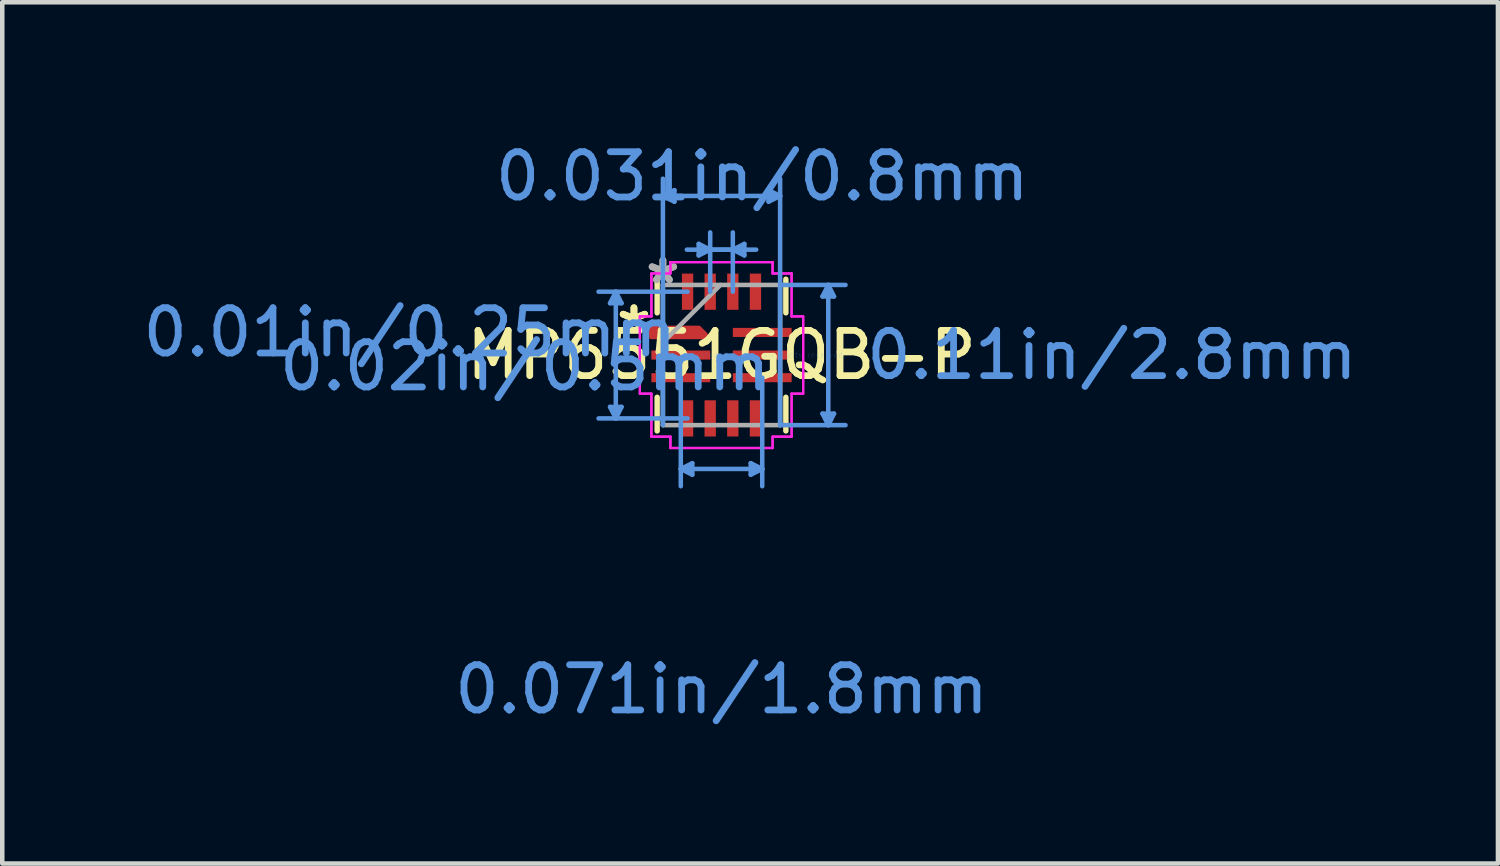
<source format=kicad_pcb>
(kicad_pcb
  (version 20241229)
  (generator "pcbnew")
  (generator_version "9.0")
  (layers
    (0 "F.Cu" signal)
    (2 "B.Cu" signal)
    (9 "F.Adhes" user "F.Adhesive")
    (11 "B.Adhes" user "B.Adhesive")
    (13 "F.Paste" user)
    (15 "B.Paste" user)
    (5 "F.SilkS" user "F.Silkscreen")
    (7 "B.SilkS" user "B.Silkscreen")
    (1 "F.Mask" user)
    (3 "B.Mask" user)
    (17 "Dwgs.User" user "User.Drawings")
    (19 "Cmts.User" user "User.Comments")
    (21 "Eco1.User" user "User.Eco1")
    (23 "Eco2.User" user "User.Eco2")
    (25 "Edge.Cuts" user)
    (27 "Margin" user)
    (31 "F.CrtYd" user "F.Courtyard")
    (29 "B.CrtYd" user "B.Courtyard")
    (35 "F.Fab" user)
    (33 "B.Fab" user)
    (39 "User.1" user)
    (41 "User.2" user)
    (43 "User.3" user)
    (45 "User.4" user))
  (footprint "MP6551GQB-P"
    (layer "F.Cu")
    (at 12.894 4.796)
    (property "Reference" "MP6551GQB-P" (at 0 0 0) (layer "F.SilkS") (effects (font (size 1 1) (thickness 0.15))))
    (attr through_hole)
    (fp_poly (pts (xy -1.55 -0.6) (xy -1.55 -0.4) (xy -0.35 -0.4) (xy -0.35 -0.45) (xy -0.5 -0.6)) (stroke (width 0.1) (type solid)) (fill yes) (layer "F.Cu"))
    (fp_poly (pts (xy -1.55 -0.6) (xy -1.55 -0.4) (xy -0.35 -0.4) (xy -0.35 -0.45) (xy -0.5 -0.6)) (stroke (width 0.1) (type solid)) (fill yes) (layer "F.Mask"))
    (fp_line (start -1.422 -0.933) (end -1.422 -1.676) (stroke (width 0.12) (type solid)) (layer "F.SilkS"))
    (fp_line (start -1.422 1.676) (end -1.422 0.933) (stroke (width 0.12) (type solid)) (layer "F.SilkS"))
    (fp_line (start 1.422 -1.676) (end 1.422 -0.933) (stroke (width 0.12) (type solid)) (layer "F.SilkS"))
    (fp_line (start 1.422 0.933) (end 1.422 1.676) (stroke (width 0.12) (type solid)) (layer "F.SilkS"))
    (fp_poly (pts (xy -1.55 -0.6) (xy -1.55 -0.4) (xy -0.35 -0.4) (xy -0.35 -0.45) (xy -0.5 -0.6)) (stroke (width 0.1) (type solid)) (fill yes) (layer "F.Paste"))
    (fp_line (start -2.463 -1.146) (end -2.336 -1.4) (stroke (width 0.1) (type solid)) (layer "Cmts.User"))
    (fp_line (start -2.463 -1.146) (end -2.209 -1.146) (stroke (width 0.1) (type solid)) (layer "Cmts.User"))
    (fp_line (start -2.463 1.146) (end -2.336 1.4) (stroke (width 0.1) (type solid)) (layer "Cmts.User"))
    (fp_line (start -2.336 -1.4) (end -2.336 1.4) (stroke (width 0.1) (type solid)) (layer "Cmts.User"))
    (fp_line (start -2.209 1.146) (end -2.463 1.146) (stroke (width 0.1) (type solid)) (layer "Cmts.User"))
    (fp_line (start -2.209 1.146) (end -2.336 1.4) (stroke (width 0.1) (type solid)) (layer "Cmts.User"))
    (fp_line (start -2.209 -1.146) (end -2.336 -1.4) (stroke (width 0.1) (type solid)) (layer "Cmts.User"))
    (fp_line (start -1.295 1.549) (end -1.295 -3.897) (stroke (width 0.1) (type solid)) (layer "Cmts.User"))
    (fp_line (start -1.041 -3.643) (end -1.295 -3.516) (stroke (width 0.1) (type solid)) (layer "Cmts.User"))
    (fp_line (start -1.041 -3.389) (end -1.295 -3.516) (stroke (width 0.1) (type solid)) (layer "Cmts.User"))
    (fp_line (start -1.041 -3.389) (end -1.041 -3.643) (stroke (width 0.1) (type solid)) (layer "Cmts.User"))
    (fp_line (start -0.9 2.517) (end 0.9 2.517) (stroke (width 0.1) (type solid)) (layer "Cmts.User"))
    (fp_line (start -0.9 0.5) (end -0.9 2.898) (stroke (width 0.1) (type solid)) (layer "Cmts.User"))
    (fp_line (start -0.766 -2.329) (end 0.25 -2.329) (stroke (width 0.1) (type solid)) (layer "Cmts.User"))
    (fp_line (start -0.75 -1.4) (end -2.717 -1.4) (stroke (width 0.1) (type solid)) (layer "Cmts.User"))
    (fp_line (start -0.75 1.4) (end -2.717 1.4) (stroke (width 0.1) (type solid)) (layer "Cmts.User"))
    (fp_line (start -0.646 2.644) (end -0.9 2.517) (stroke (width 0.1) (type solid)) (layer "Cmts.User"))
    (fp_line (start -0.646 2.644) (end -0.646 2.39) (stroke (width 0.1) (type solid)) (layer "Cmts.User"))
    (fp_line (start -0.646 2.39) (end -0.9 2.517) (stroke (width 0.1) (type solid)) (layer "Cmts.User"))
    (fp_line (start -0.504 -2.456) (end -0.504 -2.202) (stroke (width 0.1) (type solid)) (layer "Cmts.User"))
    (fp_line (start -0.504 -2.456) (end -0.25 -2.329) (stroke (width 0.1) (type solid)) (layer "Cmts.User"))
    (fp_line (start -0.504 -2.202) (end -0.25 -2.329) (stroke (width 0.1) (type solid)) (layer "Cmts.User"))
    (fp_line (start -0.25 -1.4) (end -0.25 -2.71) (stroke (width 0.1) (type solid)) (layer "Cmts.User"))
    (fp_line (start 0.25 -1.4) (end 0.25 -2.71) (stroke (width 0.1) (type solid)) (layer "Cmts.User"))
    (fp_line (start 0.504 -2.456) (end 0.25 -2.329) (stroke (width 0.1) (type solid)) (layer "Cmts.User"))
    (fp_line (start 0.504 -2.202) (end 0.25 -2.329) (stroke (width 0.1) (type solid)) (layer "Cmts.User"))
    (fp_line (start 0.504 -2.202) (end 0.504 -2.456) (stroke (width 0.1) (type solid)) (layer "Cmts.User"))
    (fp_line (start 0.646 2.644) (end 0.9 2.517) (stroke (width 0.1) (type solid)) (layer "Cmts.User"))
    (fp_line (start 0.646 2.39) (end 0.646 2.644) (stroke (width 0.1) (type solid)) (layer "Cmts.User"))
    (fp_line (start 0.646 2.39) (end 0.9 2.517) (stroke (width 0.1) (type solid)) (layer "Cmts.User"))
    (fp_line (start 0.766 -2.329) (end -0.25 -2.329) (stroke (width 0.1) (type solid)) (layer "Cmts.User"))
    (fp_line (start 0.9 0.5) (end 0.9 2.898) (stroke (width 0.1) (type solid)) (layer "Cmts.User"))
    (fp_line (start 1.041 -3.643) (end 1.041 -3.389) (stroke (width 0.1) (type solid)) (layer "Cmts.User"))
    (fp_line (start 1.041 -3.643) (end 1.295 -3.516) (stroke (width 0.1) (type solid)) (layer "Cmts.User"))
    (fp_line (start 1.041 -3.389) (end 1.295 -3.516) (stroke (width 0.1) (type solid)) (layer "Cmts.User"))
    (fp_line (start 1.295 -3.516) (end -1.295 -3.516) (stroke (width 0.1) (type solid)) (layer "Cmts.User"))
    (fp_line (start 1.295 -1.549) (end 2.74 -1.549) (stroke (width 0.1) (type solid)) (layer "Cmts.User"))
    (fp_line (start 1.295 1.549) (end 2.74 1.549) (stroke (width 0.1) (type solid)) (layer "Cmts.User"))
    (fp_line (start 1.295 1.549) (end 1.295 -3.897) (stroke (width 0.1) (type solid)) (layer "Cmts.User"))
    (fp_line (start 2.232 1.295) (end 2.359 1.549) (stroke (width 0.1) (type solid)) (layer "Cmts.User"))
    (fp_line (start 2.232 -1.295) (end 2.359 -1.549) (stroke (width 0.1) (type solid)) (layer "Cmts.User"))
    (fp_line (start 2.232 -1.295) (end 2.486 -1.295) (stroke (width 0.1) (type solid)) (layer "Cmts.User"))
    (fp_line (start 2.359 -1.549) (end 2.359 1.549) (stroke (width 0.1) (type solid)) (layer "Cmts.User"))
    (fp_line (start 2.486 1.295) (end 2.232 1.295) (stroke (width 0.1) (type solid)) (layer "Cmts.User"))
    (fp_line (start 2.486 1.295) (end 2.359 1.549) (stroke (width 0.1) (type solid)) (layer "Cmts.User"))
    (fp_line (start 2.486 -1.295) (end 2.359 -1.549) (stroke (width 0.1) (type solid)) (layer "Cmts.User"))
    (fp_line (start -1.804 -0.854) (end -1.804 0.854) (stroke (width 0.05) (type solid)) (layer "F.CrtYd"))
    (fp_line (start -1.804 -0.854) (end -1.804 0.854) (stroke (width 0.05) (type solid)) (layer "F.CrtYd"))
    (fp_line (start -1.804 0.854) (end -1.549 0.854) (stroke (width 0.05) (type solid)) (layer "F.CrtYd"))
    (fp_line (start -1.804 0.854) (end -1.549 0.854) (stroke (width 0.05) (type solid)) (layer "F.CrtYd"))
    (fp_line (start -1.549 -1.803) (end -1.549 -0.854) (stroke (width 0.05) (type solid)) (layer "F.CrtYd"))
    (fp_line (start -1.549 -1.803) (end -1.549 -0.854) (stroke (width 0.05) (type solid)) (layer "F.CrtYd"))
    (fp_line (start -1.549 -0.854) (end -1.804 -0.854) (stroke (width 0.05) (type solid)) (layer "F.CrtYd"))
    (fp_line (start -1.549 -0.854) (end -1.804 -0.854) (stroke (width 0.05) (type solid)) (layer "F.CrtYd"))
    (fp_line (start -1.549 0.854) (end -1.549 1.803) (stroke (width 0.05) (type solid)) (layer "F.CrtYd"))
    (fp_line (start -1.549 0.854) (end -1.549 1.803) (stroke (width 0.05) (type solid)) (layer "F.CrtYd"))
    (fp_line (start -1.549 1.803) (end -1.129 1.803) (stroke (width 0.05) (type solid)) (layer "F.CrtYd"))
    (fp_line (start -1.549 1.803) (end -1.129 1.803) (stroke (width 0.05) (type solid)) (layer "F.CrtYd"))
    (fp_line (start -1.129 -2.054) (end -1.129 -1.803) (stroke (width 0.05) (type solid)) (layer "F.CrtYd"))
    (fp_line (start -1.129 -2.054) (end -1.129 -1.803) (stroke (width 0.05) (type solid)) (layer "F.CrtYd"))
    (fp_line (start -1.129 -1.803) (end -1.549 -1.803) (stroke (width 0.05) (type solid)) (layer "F.CrtYd"))
    (fp_line (start -1.129 -1.803) (end -1.549 -1.803) (stroke (width 0.05) (type solid)) (layer "F.CrtYd"))
    (fp_line (start -1.129 1.803) (end -1.129 2.054) (stroke (width 0.05) (type solid)) (layer "F.CrtYd"))
    (fp_line (start -1.129 1.803) (end -1.129 2.054) (stroke (width 0.05) (type solid)) (layer "F.CrtYd"))
    (fp_line (start -1.129 2.054) (end 1.129 2.054) (stroke (width 0.05) (type solid)) (layer "F.CrtYd"))
    (fp_line (start -1.129 2.054) (end 1.129 2.054) (stroke (width 0.05) (type solid)) (layer "F.CrtYd"))
    (fp_line (start 1.129 -2.054) (end -1.129 -2.054) (stroke (width 0.05) (type solid)) (layer "F.CrtYd"))
    (fp_line (start 1.129 -2.054) (end -1.129 -2.054) (stroke (width 0.05) (type solid)) (layer "F.CrtYd"))
    (fp_line (start 1.129 -1.803) (end 1.129 -2.054) (stroke (width 0.05) (type solid)) (layer "F.CrtYd"))
    (fp_line (start 1.129 -1.803) (end 1.129 -2.054) (stroke (width 0.05) (type solid)) (layer "F.CrtYd"))
    (fp_line (start 1.129 1.803) (end 1.549 1.803) (stroke (width 0.05) (type solid)) (layer "F.CrtYd"))
    (fp_line (start 1.129 1.803) (end 1.549 1.803) (stroke (width 0.05) (type solid)) (layer "F.CrtYd"))
    (fp_line (start 1.129 2.054) (end 1.129 1.803) (stroke (width 0.05) (type solid)) (layer "F.CrtYd"))
    (fp_line (start 1.129 2.054) (end 1.129 1.803) (stroke (width 0.05) (type solid)) (layer "F.CrtYd"))
    (fp_line (start 1.549 -1.803) (end 1.129 -1.803) (stroke (width 0.05) (type solid)) (layer "F.CrtYd"))
    (fp_line (start 1.549 -1.803) (end 1.129 -1.803) (stroke (width 0.05) (type solid)) (layer "F.CrtYd"))
    (fp_line (start 1.549 -0.854) (end 1.549 -1.803) (stroke (width 0.05) (type solid)) (layer "F.CrtYd"))
    (fp_line (start 1.549 -0.854) (end 1.549 -1.803) (stroke (width 0.05) (type solid)) (layer "F.CrtYd"))
    (fp_line (start 1.549 0.854) (end 1.804 0.854) (stroke (width 0.05) (type solid)) (layer "F.CrtYd"))
    (fp_line (start 1.549 0.854) (end 1.804 0.854) (stroke (width 0.05) (type solid)) (layer "F.CrtYd"))
    (fp_line (start 1.549 1.803) (end 1.549 0.854) (stroke (width 0.05) (type solid)) (layer "F.CrtYd"))
    (fp_line (start 1.549 1.803) (end 1.549 0.854) (stroke (width 0.05) (type solid)) (layer "F.CrtYd"))
    (fp_line (start 1.804 -0.854) (end 1.549 -0.854) (stroke (width 0.05) (type solid)) (layer "F.CrtYd"))
    (fp_line (start 1.804 -0.854) (end 1.549 -0.854) (stroke (width 0.05) (type solid)) (layer "F.CrtYd"))
    (fp_line (start 1.804 0.854) (end 1.804 -0.854) (stroke (width 0.05) (type solid)) (layer "F.CrtYd"))
    (fp_line (start 1.804 0.854) (end 1.804 -0.854) (stroke (width 0.05) (type solid)) (layer "F.CrtYd"))
    (fp_line (start -1.295 -1.549) (end -1.295 1.549) (stroke (width 0.1) (type solid)) (layer "F.Fab"))
    (fp_line (start -1.295 -0.279) (end -0.025 -1.549) (stroke (width 0.1) (type solid)) (layer "F.Fab"))
    (fp_line (start -1.295 1.549) (end 1.295 1.549) (stroke (width 0.1) (type solid)) (layer "F.Fab"))
    (fp_line (start 1.295 -1.549) (end -1.295 -1.549) (stroke (width 0.1) (type solid)) (layer "F.Fab"))
    (fp_line (start 1.295 1.549) (end 1.295 -1.549) (stroke (width 0.1) (type solid)) (layer "F.Fab"))
    (fp_text user "*" (at -1.935 -0.5 0) (layer "F.SilkS") (effects (font (size 1 1) (thickness 0.15))))
    (fp_text user "*" (at -1.935 -0.5 0) (layer "F.SilkS") (effects (font (size 1 1) (thickness 0.15))))
    (fp_text user "0.02in/0.5mm" (at -4.348 0.25 0) (layer "Cmts.User") (effects (font (size 1 1) (thickness 0.15))))
    (fp_text user "0.01in/0.25mm" (at -6.888 -0.5 0) (layer "Cmts.User") (effects (font (size 1 1) (thickness 0.15))))
    (fp_text user "Copyright 2021 Accelerated Designs. All rights reserved." (at 0 0 0) (layer "Cmts.User") (effects (font (size 0.127 0.127) (thickness 0.002))))
    (fp_text user "0.031in/0.8mm" (at 0.9 -3.948 0) (layer "Cmts.User") (effects (font (size 1 1) (thickness 0.15))))
    (fp_text user "0.071in/1.8mm" (at 0 7.388 0) (layer "Cmts.User") (effects (font (size 1 1) (thickness 0.15))))
    (fp_text user "0.11in/2.8mm" (at 8.628 0 0) (layer "Cmts.User") (effects (font (size 1 1) (thickness 0.15))))
    (fp_text user "*" (at -1.295 -1.549 0) (layer "F.Fab") (effects (font (size 1 1) (thickness 0.15))))
    (fp_text user "*" (at -1.295 -1.549 0) (layer "F.Fab") (effects (font (size 1 1) (thickness 0.15))))
    (pad "1" smd rect (at -0.95 -0.5) (size 0.127 0.127) (layers "F.Cu" "F.Mask" "F.Paste"))
    (pad "2" smd rect (at -0.9 0) (size 1.3 0.2) (layers "F.Cu" "F.Mask" "F.Paste"))
    (pad "3" smd rect (at -0.9 0.5) (size 1.3 0.2) (layers "F.Cu" "F.Mask" "F.Paste"))
    (pad "4" smd rect (at -0.75 1.4 90) (size 0.8 0.25) (layers "F.Cu" "F.Mask" "F.Paste"))
    (pad "5" smd rect (at -0.25 1.4 90) (size 0.8 0.25) (layers "F.Cu" "F.Mask" "F.Paste"))
    (pad "6" smd rect (at 0.25 1.4 90) (size 0.8 0.25) (layers "F.Cu" "F.Mask" "F.Paste"))
    (pad "7" smd rect (at 0.75 1.4 90) (size 0.8 0.25) (layers "F.Cu" "F.Mask" "F.Paste"))
    (pad "8" smd rect (at 0.9 0.5) (size 1.3 0.2) (layers "F.Cu" "F.Mask" "F.Paste"))
    (pad "9" smd rect (at 0.9 0) (size 1.3 0.2) (layers "F.Cu" "F.Mask" "F.Paste"))
    (pad "10" smd rect (at 0.9 -0.5) (size 1.3 0.2) (layers "F.Cu" "F.Mask" "F.Paste"))
    (pad "11" smd rect (at 0.75 -1.4 90) (size 0.8 0.25) (layers "F.Cu" "F.Mask" "F.Paste"))
    (pad "12" smd rect (at 0.25 -1.4 90) (size 0.8 0.25) (layers "F.Cu" "F.Mask" "F.Paste"))
    (pad "13" smd rect (at -0.25 -1.4 90) (size 0.8 0.25) (layers "F.Cu" "F.Mask" "F.Paste"))
    (pad "14" smd rect (at -0.75 -1.4 90) (size 0.8 0.25) (layers "F.Cu" "F.Mask" "F.Paste")))
  (gr_rect
    (start -3 -3)
    (end 30.052 16.032)
    (stroke (width 0.1) (type default))
    (fill no)
    (layer "Edge.Cuts")))
</source>
